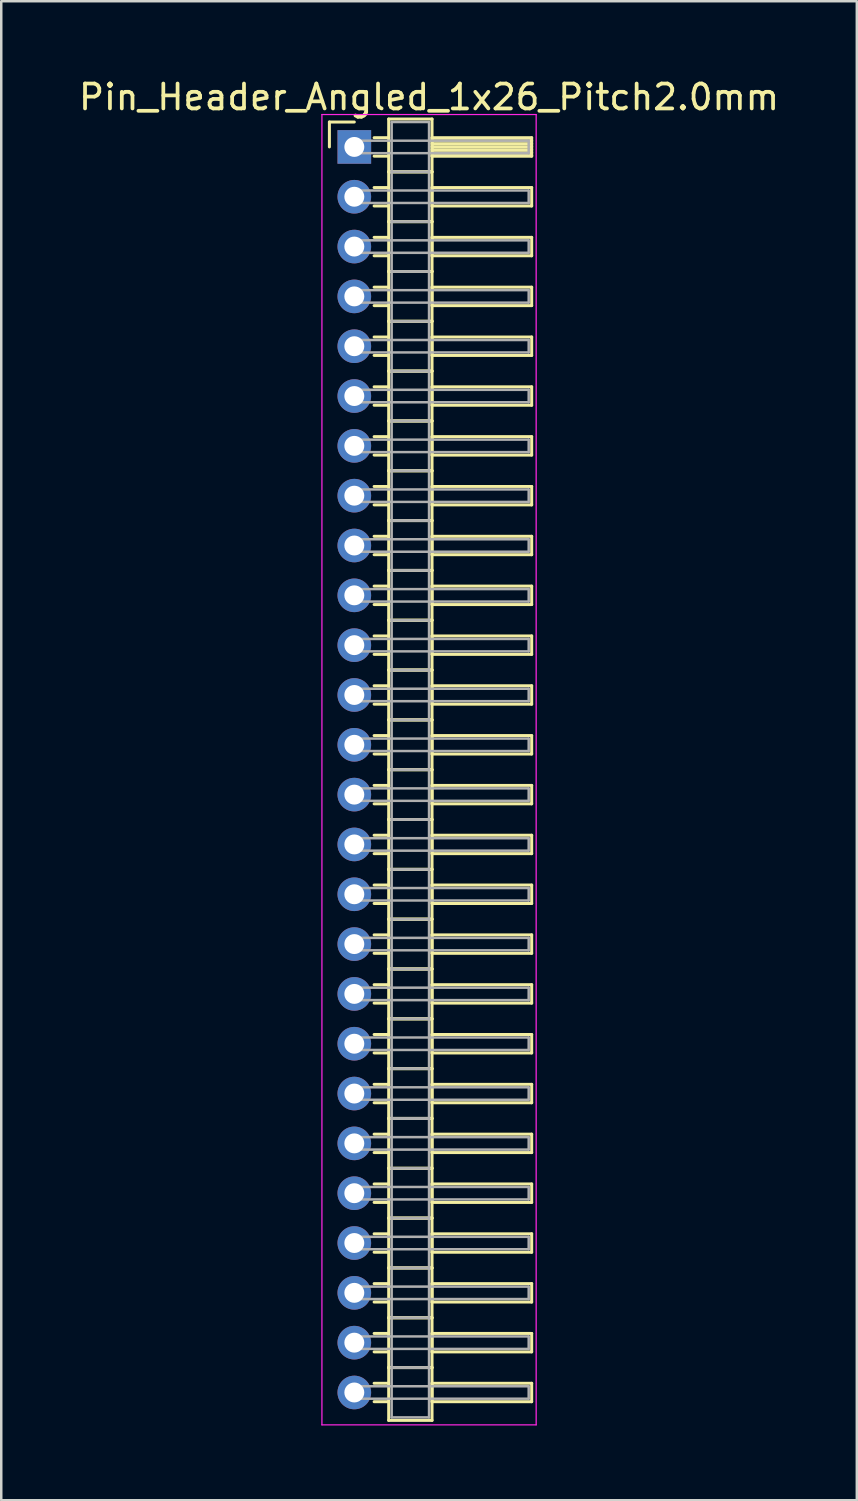
<source format=kicad_pcb>
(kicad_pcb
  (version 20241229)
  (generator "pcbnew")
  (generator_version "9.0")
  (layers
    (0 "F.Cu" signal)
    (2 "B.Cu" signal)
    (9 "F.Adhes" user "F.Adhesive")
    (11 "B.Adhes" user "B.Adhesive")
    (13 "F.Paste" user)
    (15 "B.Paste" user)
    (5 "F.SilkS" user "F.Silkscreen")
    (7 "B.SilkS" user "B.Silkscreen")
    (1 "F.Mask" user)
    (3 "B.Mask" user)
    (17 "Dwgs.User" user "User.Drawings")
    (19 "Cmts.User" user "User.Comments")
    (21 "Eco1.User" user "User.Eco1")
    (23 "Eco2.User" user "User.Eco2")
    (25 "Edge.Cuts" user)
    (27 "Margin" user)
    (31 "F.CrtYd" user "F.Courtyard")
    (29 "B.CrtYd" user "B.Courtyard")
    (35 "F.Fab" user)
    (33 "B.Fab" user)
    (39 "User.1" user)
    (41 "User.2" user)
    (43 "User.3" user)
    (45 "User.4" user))
  (footprint "Pin_Header_Angled_1x26_Pitch2.0mm"
    (layer "F.Cu")
    (at 11.173 2.848)
    (property "Reference" "Pin_Header_Angled_1x26_Pitch2.0mm" (at 3 -2 0) (layer "F.SilkS") (effects (font (size 1 1) (thickness 0.15))))
    (attr through_hole)
    (fp_line (start -1 -1) (end 0 -1) (stroke (width 0.12) (type solid)) (layer "F.SilkS"))
    (fp_line (start -1 0) (end -1 -1) (stroke (width 0.12) (type solid)) (layer "F.SilkS"))
    (fp_line (start 0.795 -0.37) (end 1.38 -0.37) (stroke (width 0.12) (type solid)) (layer "F.SilkS"))
    (fp_line (start 0.795 0.37) (end 1.38 0.37) (stroke (width 0.12) (type solid)) (layer "F.SilkS"))
    (fp_line (start 0.795 1.63) (end 1.38 1.63) (stroke (width 0.12) (type solid)) (layer "F.SilkS"))
    (fp_line (start 0.795 2.37) (end 1.38 2.37) (stroke (width 0.12) (type solid)) (layer "F.SilkS"))
    (fp_line (start 0.795 3.63) (end 1.38 3.63) (stroke (width 0.12) (type solid)) (layer "F.SilkS"))
    (fp_line (start 0.795 4.37) (end 1.38 4.37) (stroke (width 0.12) (type solid)) (layer "F.SilkS"))
    (fp_line (start 0.795 5.63) (end 1.38 5.63) (stroke (width 0.12) (type solid)) (layer "F.SilkS"))
    (fp_line (start 0.795 6.37) (end 1.38 6.37) (stroke (width 0.12) (type solid)) (layer "F.SilkS"))
    (fp_line (start 0.795 7.63) (end 1.38 7.63) (stroke (width 0.12) (type solid)) (layer "F.SilkS"))
    (fp_line (start 0.795 8.37) (end 1.38 8.37) (stroke (width 0.12) (type solid)) (layer "F.SilkS"))
    (fp_line (start 0.795 9.63) (end 1.38 9.63) (stroke (width 0.12) (type solid)) (layer "F.SilkS"))
    (fp_line (start 0.795 10.37) (end 1.38 10.37) (stroke (width 0.12) (type solid)) (layer "F.SilkS"))
    (fp_line (start 0.795 11.63) (end 1.38 11.63) (stroke (width 0.12) (type solid)) (layer "F.SilkS"))
    (fp_line (start 0.795 12.37) (end 1.38 12.37) (stroke (width 0.12) (type solid)) (layer "F.SilkS"))
    (fp_line (start 0.795 13.63) (end 1.38 13.63) (stroke (width 0.12) (type solid)) (layer "F.SilkS"))
    (fp_line (start 0.795 14.37) (end 1.38 14.37) (stroke (width 0.12) (type solid)) (layer "F.SilkS"))
    (fp_line (start 0.795 15.63) (end 1.38 15.63) (stroke (width 0.12) (type solid)) (layer "F.SilkS"))
    (fp_line (start 0.795 16.37) (end 1.38 16.37) (stroke (width 0.12) (type solid)) (layer "F.SilkS"))
    (fp_line (start 0.795 17.63) (end 1.38 17.63) (stroke (width 0.12) (type solid)) (layer "F.SilkS"))
    (fp_line (start 0.795 18.37) (end 1.38 18.37) (stroke (width 0.12) (type solid)) (layer "F.SilkS"))
    (fp_line (start 0.795 19.63) (end 1.38 19.63) (stroke (width 0.12) (type solid)) (layer "F.SilkS"))
    (fp_line (start 0.795 20.37) (end 1.38 20.37) (stroke (width 0.12) (type solid)) (layer "F.SilkS"))
    (fp_line (start 0.795 21.63) (end 1.38 21.63) (stroke (width 0.12) (type solid)) (layer "F.SilkS"))
    (fp_line (start 0.795 22.37) (end 1.38 22.37) (stroke (width 0.12) (type solid)) (layer "F.SilkS"))
    (fp_line (start 0.795 23.63) (end 1.38 23.63) (stroke (width 0.12) (type solid)) (layer "F.SilkS"))
    (fp_line (start 0.795 24.37) (end 1.38 24.37) (stroke (width 0.12) (type solid)) (layer "F.SilkS"))
    (fp_line (start 0.795 25.63) (end 1.38 25.63) (stroke (width 0.12) (type solid)) (layer "F.SilkS"))
    (fp_line (start 0.795 26.37) (end 1.38 26.37) (stroke (width 0.12) (type solid)) (layer "F.SilkS"))
    (fp_line (start 0.795 27.63) (end 1.38 27.63) (stroke (width 0.12) (type solid)) (layer "F.SilkS"))
    (fp_line (start 0.795 28.37) (end 1.38 28.37) (stroke (width 0.12) (type solid)) (layer "F.SilkS"))
    (fp_line (start 0.795 29.63) (end 1.38 29.63) (stroke (width 0.12) (type solid)) (layer "F.SilkS"))
    (fp_line (start 0.795 30.37) (end 1.38 30.37) (stroke (width 0.12) (type solid)) (layer "F.SilkS"))
    (fp_line (start 0.795 31.63) (end 1.38 31.63) (stroke (width 0.12) (type solid)) (layer "F.SilkS"))
    (fp_line (start 0.795 32.37) (end 1.38 32.37) (stroke (width 0.12) (type solid)) (layer "F.SilkS"))
    (fp_line (start 0.795 33.63) (end 1.38 33.63) (stroke (width 0.12) (type solid)) (layer "F.SilkS"))
    (fp_line (start 0.795 34.37) (end 1.38 34.37) (stroke (width 0.12) (type solid)) (layer "F.SilkS"))
    (fp_line (start 0.795 35.63) (end 1.38 35.63) (stroke (width 0.12) (type solid)) (layer "F.SilkS"))
    (fp_line (start 0.795 36.37) (end 1.38 36.37) (stroke (width 0.12) (type solid)) (layer "F.SilkS"))
    (fp_line (start 0.795 37.63) (end 1.38 37.63) (stroke (width 0.12) (type solid)) (layer "F.SilkS"))
    (fp_line (start 0.795 38.37) (end 1.38 38.37) (stroke (width 0.12) (type solid)) (layer "F.SilkS"))
    (fp_line (start 0.795 39.63) (end 1.38 39.63) (stroke (width 0.12) (type solid)) (layer "F.SilkS"))
    (fp_line (start 0.795 40.37) (end 1.38 40.37) (stroke (width 0.12) (type solid)) (layer "F.SilkS"))
    (fp_line (start 0.795 41.63) (end 1.38 41.63) (stroke (width 0.12) (type solid)) (layer "F.SilkS"))
    (fp_line (start 0.795 42.37) (end 1.38 42.37) (stroke (width 0.12) (type solid)) (layer "F.SilkS"))
    (fp_line (start 0.795 43.63) (end 1.38 43.63) (stroke (width 0.12) (type solid)) (layer "F.SilkS"))
    (fp_line (start 0.795 44.37) (end 1.38 44.37) (stroke (width 0.12) (type solid)) (layer "F.SilkS"))
    (fp_line (start 0.795 45.63) (end 1.38 45.63) (stroke (width 0.12) (type solid)) (layer "F.SilkS"))
    (fp_line (start 0.795 46.37) (end 1.38 46.37) (stroke (width 0.12) (type solid)) (layer "F.SilkS"))
    (fp_line (start 0.795 47.63) (end 1.38 47.63) (stroke (width 0.12) (type solid)) (layer "F.SilkS"))
    (fp_line (start 0.795 48.37) (end 1.38 48.37) (stroke (width 0.12) (type solid)) (layer "F.SilkS"))
    (fp_line (start 0.795 49.63) (end 1.38 49.63) (stroke (width 0.12) (type solid)) (layer "F.SilkS"))
    (fp_line (start 0.795 50.37) (end 1.38 50.37) (stroke (width 0.12) (type solid)) (layer "F.SilkS"))
    (fp_line (start 1.38 -1.12) (end 1.38 1) (stroke (width 0.12) (type solid)) (layer "F.SilkS"))
    (fp_line (start 1.38 1) (end 1.38 3) (stroke (width 0.12) (type solid)) (layer "F.SilkS"))
    (fp_line (start 1.38 1) (end 3.12 1) (stroke (width 0.12) (type solid)) (layer "F.SilkS"))
    (fp_line (start 1.38 3) (end 1.38 5) (stroke (width 0.12) (type solid)) (layer "F.SilkS"))
    (fp_line (start 1.38 3) (end 3.12 3) (stroke (width 0.12) (type solid)) (layer "F.SilkS"))
    (fp_line (start 1.38 5) (end 1.38 7) (stroke (width 0.12) (type solid)) (layer "F.SilkS"))
    (fp_line (start 1.38 5) (end 3.12 5) (stroke (width 0.12) (type solid)) (layer "F.SilkS"))
    (fp_line (start 1.38 7) (end 1.38 9) (stroke (width 0.12) (type solid)) (layer "F.SilkS"))
    (fp_line (start 1.38 7) (end 3.12 7) (stroke (width 0.12) (type solid)) (layer "F.SilkS"))
    (fp_line (start 1.38 9) (end 1.38 11) (stroke (width 0.12) (type solid)) (layer "F.SilkS"))
    (fp_line (start 1.38 9) (end 3.12 9) (stroke (width 0.12) (type solid)) (layer "F.SilkS"))
    (fp_line (start 1.38 11) (end 1.38 13) (stroke (width 0.12) (type solid)) (layer "F.SilkS"))
    (fp_line (start 1.38 11) (end 3.12 11) (stroke (width 0.12) (type solid)) (layer "F.SilkS"))
    (fp_line (start 1.38 13) (end 1.38 15) (stroke (width 0.12) (type solid)) (layer "F.SilkS"))
    (fp_line (start 1.38 13) (end 3.12 13) (stroke (width 0.12) (type solid)) (layer "F.SilkS"))
    (fp_line (start 1.38 15) (end 1.38 17) (stroke (width 0.12) (type solid)) (layer "F.SilkS"))
    (fp_line (start 1.38 15) (end 3.12 15) (stroke (width 0.12) (type solid)) (layer "F.SilkS"))
    (fp_line (start 1.38 17) (end 1.38 19) (stroke (width 0.12) (type solid)) (layer "F.SilkS"))
    (fp_line (start 1.38 17) (end 3.12 17) (stroke (width 0.12) (type solid)) (layer "F.SilkS"))
    (fp_line (start 1.38 19) (end 1.38 21) (stroke (width 0.12) (type solid)) (layer "F.SilkS"))
    (fp_line (start 1.38 19) (end 3.12 19) (stroke (width 0.12) (type solid)) (layer "F.SilkS"))
    (fp_line (start 1.38 21) (end 1.38 23) (stroke (width 0.12) (type solid)) (layer "F.SilkS"))
    (fp_line (start 1.38 21) (end 3.12 21) (stroke (width 0.12) (type solid)) (layer "F.SilkS"))
    (fp_line (start 1.38 23) (end 1.38 25) (stroke (width 0.12) (type solid)) (layer "F.SilkS"))
    (fp_line (start 1.38 23) (end 3.12 23) (stroke (width 0.12) (type solid)) (layer "F.SilkS"))
    (fp_line (start 1.38 25) (end 1.38 27) (stroke (width 0.12) (type solid)) (layer "F.SilkS"))
    (fp_line (start 1.38 25) (end 3.12 25) (stroke (width 0.12) (type solid)) (layer "F.SilkS"))
    (fp_line (start 1.38 27) (end 1.38 29) (stroke (width 0.12) (type solid)) (layer "F.SilkS"))
    (fp_line (start 1.38 27) (end 3.12 27) (stroke (width 0.12) (type solid)) (layer "F.SilkS"))
    (fp_line (start 1.38 29) (end 1.38 31) (stroke (width 0.12) (type solid)) (layer "F.SilkS"))
    (fp_line (start 1.38 29) (end 3.12 29) (stroke (width 0.12) (type solid)) (layer "F.SilkS"))
    (fp_line (start 1.38 31) (end 1.38 33) (stroke (width 0.12) (type solid)) (layer "F.SilkS"))
    (fp_line (start 1.38 31) (end 3.12 31) (stroke (width 0.12) (type solid)) (layer "F.SilkS"))
    (fp_line (start 1.38 33) (end 1.38 35) (stroke (width 0.12) (type solid)) (layer "F.SilkS"))
    (fp_line (start 1.38 33) (end 3.12 33) (stroke (width 0.12) (type solid)) (layer "F.SilkS"))
    (fp_line (start 1.38 35) (end 1.38 37) (stroke (width 0.12) (type solid)) (layer "F.SilkS"))
    (fp_line (start 1.38 35) (end 3.12 35) (stroke (width 0.12) (type solid)) (layer "F.SilkS"))
    (fp_line (start 1.38 37) (end 1.38 39) (stroke (width 0.12) (type solid)) (layer "F.SilkS"))
    (fp_line (start 1.38 37) (end 3.12 37) (stroke (width 0.12) (type solid)) (layer "F.SilkS"))
    (fp_line (start 1.38 39) (end 1.38 41) (stroke (width 0.12) (type solid)) (layer "F.SilkS"))
    (fp_line (start 1.38 39) (end 3.12 39) (stroke (width 0.12) (type solid)) (layer "F.SilkS"))
    (fp_line (start 1.38 41) (end 1.38 43) (stroke (width 0.12) (type solid)) (layer "F.SilkS"))
    (fp_line (start 1.38 41) (end 3.12 41) (stroke (width 0.12) (type solid)) (layer "F.SilkS"))
    (fp_line (start 1.38 43) (end 1.38 45) (stroke (width 0.12) (type solid)) (layer "F.SilkS"))
    (fp_line (start 1.38 43) (end 3.12 43) (stroke (width 0.12) (type solid)) (layer "F.SilkS"))
    (fp_line (start 1.38 45) (end 1.38 47) (stroke (width 0.12) (type solid)) (layer "F.SilkS"))
    (fp_line (start 1.38 45) (end 3.12 45) (stroke (width 0.12) (type solid)) (layer "F.SilkS"))
    (fp_line (start 1.38 47) (end 1.38 49) (stroke (width 0.12) (type solid)) (layer "F.SilkS"))
    (fp_line (start 1.38 47) (end 3.12 47) (stroke (width 0.12) (type solid)) (layer "F.SilkS"))
    (fp_line (start 1.38 49) (end 1.38 51.12) (stroke (width 0.12) (type solid)) (layer "F.SilkS"))
    (fp_line (start 1.38 49) (end 3.12 49) (stroke (width 0.12) (type solid)) (layer "F.SilkS"))
    (fp_line (start 1.38 51.12) (end 3.12 51.12) (stroke (width 0.12) (type solid)) (layer "F.SilkS"))
    (fp_line (start 3.12 -1.12) (end 1.38 -1.12) (stroke (width 0.12) (type solid)) (layer "F.SilkS"))
    (fp_line (start 3.12 -0.37) (end 3.12 0.37) (stroke (width 0.12) (type solid)) (layer "F.SilkS"))
    (fp_line (start 3.12 -0.25) (end 7.12 -0.25) (stroke (width 0.12) (type solid)) (layer "F.SilkS"))
    (fp_line (start 3.12 -0.13) (end 7.12 -0.13) (stroke (width 0.12) (type solid)) (layer "F.SilkS"))
    (fp_line (start 3.12 -0.01) (end 7.12 -0.01) (stroke (width 0.12) (type solid)) (layer "F.SilkS"))
    (fp_line (start 3.12 0.11) (end 7.12 0.11) (stroke (width 0.12) (type solid)) (layer "F.SilkS"))
    (fp_line (start 3.12 0.23) (end 7.12 0.23) (stroke (width 0.12) (type solid)) (layer "F.SilkS"))
    (fp_line (start 3.12 0.35) (end 7.12 0.35) (stroke (width 0.12) (type solid)) (layer "F.SilkS"))
    (fp_line (start 3.12 0.37) (end 7.12 0.37) (stroke (width 0.12) (type solid)) (layer "F.SilkS"))
    (fp_line (start 3.12 1) (end 1.38 1) (stroke (width 0.12) (type solid)) (layer "F.SilkS"))
    (fp_line (start 3.12 1) (end 3.12 -1.12) (stroke (width 0.12) (type solid)) (layer "F.SilkS"))
    (fp_line (start 3.12 1.63) (end 3.12 2.37) (stroke (width 0.12) (type solid)) (layer "F.SilkS"))
    (fp_line (start 3.12 2.37) (end 7.12 2.37) (stroke (width 0.12) (type solid)) (layer "F.SilkS"))
    (fp_line (start 3.12 3) (end 1.38 3) (stroke (width 0.12) (type solid)) (layer "F.SilkS"))
    (fp_line (start 3.12 3) (end 3.12 1) (stroke (width 0.12) (type solid)) (layer "F.SilkS"))
    (fp_line (start 3.12 3.63) (end 3.12 4.37) (stroke (width 0.12) (type solid)) (layer "F.SilkS"))
    (fp_line (start 3.12 4.37) (end 7.12 4.37) (stroke (width 0.12) (type solid)) (layer "F.SilkS"))
    (fp_line (start 3.12 5) (end 1.38 5) (stroke (width 0.12) (type solid)) (layer "F.SilkS"))
    (fp_line (start 3.12 5) (end 3.12 3) (stroke (width 0.12) (type solid)) (layer "F.SilkS"))
    (fp_line (start 3.12 5.63) (end 3.12 6.37) (stroke (width 0.12) (type solid)) (layer "F.SilkS"))
    (fp_line (start 3.12 6.37) (end 7.12 6.37) (stroke (width 0.12) (type solid)) (layer "F.SilkS"))
    (fp_line (start 3.12 7) (end 1.38 7) (stroke (width 0.12) (type solid)) (layer "F.SilkS"))
    (fp_line (start 3.12 7) (end 3.12 5) (stroke (width 0.12) (type solid)) (layer "F.SilkS"))
    (fp_line (start 3.12 7.63) (end 3.12 8.37) (stroke (width 0.12) (type solid)) (layer "F.SilkS"))
    (fp_line (start 3.12 8.37) (end 7.12 8.37) (stroke (width 0.12) (type solid)) (layer "F.SilkS"))
    (fp_line (start 3.12 9) (end 1.38 9) (stroke (width 0.12) (type solid)) (layer "F.SilkS"))
    (fp_line (start 3.12 9) (end 3.12 7) (stroke (width 0.12) (type solid)) (layer "F.SilkS"))
    (fp_line (start 3.12 9.63) (end 3.12 10.37) (stroke (width 0.12) (type solid)) (layer "F.SilkS"))
    (fp_line (start 3.12 10.37) (end 7.12 10.37) (stroke (width 0.12) (type solid)) (layer "F.SilkS"))
    (fp_line (start 3.12 11) (end 1.38 11) (stroke (width 0.12) (type solid)) (layer "F.SilkS"))
    (fp_line (start 3.12 11) (end 3.12 9) (stroke (width 0.12) (type solid)) (layer "F.SilkS"))
    (fp_line (start 3.12 11.63) (end 3.12 12.37) (stroke (width 0.12) (type solid)) (layer "F.SilkS"))
    (fp_line (start 3.12 12.37) (end 7.12 12.37) (stroke (width 0.12) (type solid)) (layer "F.SilkS"))
    (fp_line (start 3.12 13) (end 1.38 13) (stroke (width 0.12) (type solid)) (layer "F.SilkS"))
    (fp_line (start 3.12 13) (end 3.12 11) (stroke (width 0.12) (type solid)) (layer "F.SilkS"))
    (fp_line (start 3.12 13.63) (end 3.12 14.37) (stroke (width 0.12) (type solid)) (layer "F.SilkS"))
    (fp_line (start 3.12 14.37) (end 7.12 14.37) (stroke (width 0.12) (type solid)) (layer "F.SilkS"))
    (fp_line (start 3.12 15) (end 1.38 15) (stroke (width 0.12) (type solid)) (layer "F.SilkS"))
    (fp_line (start 3.12 15) (end 3.12 13) (stroke (width 0.12) (type solid)) (layer "F.SilkS"))
    (fp_line (start 3.12 15.63) (end 3.12 16.37) (stroke (width 0.12) (type solid)) (layer "F.SilkS"))
    (fp_line (start 3.12 16.37) (end 7.12 16.37) (stroke (width 0.12) (type solid)) (layer "F.SilkS"))
    (fp_line (start 3.12 17) (end 1.38 17) (stroke (width 0.12) (type solid)) (layer "F.SilkS"))
    (fp_line (start 3.12 17) (end 3.12 15) (stroke (width 0.12) (type solid)) (layer "F.SilkS"))
    (fp_line (start 3.12 17.63) (end 3.12 18.37) (stroke (width 0.12) (type solid)) (layer "F.SilkS"))
    (fp_line (start 3.12 18.37) (end 7.12 18.37) (stroke (width 0.12) (type solid)) (layer "F.SilkS"))
    (fp_line (start 3.12 19) (end 1.38 19) (stroke (width 0.12) (type solid)) (layer "F.SilkS"))
    (fp_line (start 3.12 19) (end 3.12 17) (stroke (width 0.12) (type solid)) (layer "F.SilkS"))
    (fp_line (start 3.12 19.63) (end 3.12 20.37) (stroke (width 0.12) (type solid)) (layer "F.SilkS"))
    (fp_line (start 3.12 20.37) (end 7.12 20.37) (stroke (width 0.12) (type solid)) (layer "F.SilkS"))
    (fp_line (start 3.12 21) (end 1.38 21) (stroke (width 0.12) (type solid)) (layer "F.SilkS"))
    (fp_line (start 3.12 21) (end 3.12 19) (stroke (width 0.12) (type solid)) (layer "F.SilkS"))
    (fp_line (start 3.12 21.63) (end 3.12 22.37) (stroke (width 0.12) (type solid)) (layer "F.SilkS"))
    (fp_line (start 3.12 22.37) (end 7.12 22.37) (stroke (width 0.12) (type solid)) (layer "F.SilkS"))
    (fp_line (start 3.12 23) (end 1.38 23) (stroke (width 0.12) (type solid)) (layer "F.SilkS"))
    (fp_line (start 3.12 23) (end 3.12 21) (stroke (width 0.12) (type solid)) (layer "F.SilkS"))
    (fp_line (start 3.12 23.63) (end 3.12 24.37) (stroke (width 0.12) (type solid)) (layer "F.SilkS"))
    (fp_line (start 3.12 24.37) (end 7.12 24.37) (stroke (width 0.12) (type solid)) (layer "F.SilkS"))
    (fp_line (start 3.12 25) (end 1.38 25) (stroke (width 0.12) (type solid)) (layer "F.SilkS"))
    (fp_line (start 3.12 25) (end 3.12 23) (stroke (width 0.12) (type solid)) (layer "F.SilkS"))
    (fp_line (start 3.12 25.63) (end 3.12 26.37) (stroke (width 0.12) (type solid)) (layer "F.SilkS"))
    (fp_line (start 3.12 26.37) (end 7.12 26.37) (stroke (width 0.12) (type solid)) (layer "F.SilkS"))
    (fp_line (start 3.12 27) (end 1.38 27) (stroke (width 0.12) (type solid)) (layer "F.SilkS"))
    (fp_line (start 3.12 27) (end 3.12 25) (stroke (width 0.12) (type solid)) (layer "F.SilkS"))
    (fp_line (start 3.12 27.63) (end 3.12 28.37) (stroke (width 0.12) (type solid)) (layer "F.SilkS"))
    (fp_line (start 3.12 28.37) (end 7.12 28.37) (stroke (width 0.12) (type solid)) (layer "F.SilkS"))
    (fp_line (start 3.12 29) (end 1.38 29) (stroke (width 0.12) (type solid)) (layer "F.SilkS"))
    (fp_line (start 3.12 29) (end 3.12 27) (stroke (width 0.12) (type solid)) (layer "F.SilkS"))
    (fp_line (start 3.12 29.63) (end 3.12 30.37) (stroke (width 0.12) (type solid)) (layer "F.SilkS"))
    (fp_line (start 3.12 30.37) (end 7.12 30.37) (stroke (width 0.12) (type solid)) (layer "F.SilkS"))
    (fp_line (start 3.12 31) (end 1.38 31) (stroke (width 0.12) (type solid)) (layer "F.SilkS"))
    (fp_line (start 3.12 31) (end 3.12 29) (stroke (width 0.12) (type solid)) (layer "F.SilkS"))
    (fp_line (start 3.12 31.63) (end 3.12 32.37) (stroke (width 0.12) (type solid)) (layer "F.SilkS"))
    (fp_line (start 3.12 32.37) (end 7.12 32.37) (stroke (width 0.12) (type solid)) (layer "F.SilkS"))
    (fp_line (start 3.12 33) (end 1.38 33) (stroke (width 0.12) (type solid)) (layer "F.SilkS"))
    (fp_line (start 3.12 33) (end 3.12 31) (stroke (width 0.12) (type solid)) (layer "F.SilkS"))
    (fp_line (start 3.12 33.63) (end 3.12 34.37) (stroke (width 0.12) (type solid)) (layer "F.SilkS"))
    (fp_line (start 3.12 34.37) (end 7.12 34.37) (stroke (width 0.12) (type solid)) (layer "F.SilkS"))
    (fp_line (start 3.12 35) (end 1.38 35) (stroke (width 0.12) (type solid)) (layer "F.SilkS"))
    (fp_line (start 3.12 35) (end 3.12 33) (stroke (width 0.12) (type solid)) (layer "F.SilkS"))
    (fp_line (start 3.12 35.63) (end 3.12 36.37) (stroke (width 0.12) (type solid)) (layer "F.SilkS"))
    (fp_line (start 3.12 36.37) (end 7.12 36.37) (stroke (width 0.12) (type solid)) (layer "F.SilkS"))
    (fp_line (start 3.12 37) (end 1.38 37) (stroke (width 0.12) (type solid)) (layer "F.SilkS"))
    (fp_line (start 3.12 37) (end 3.12 35) (stroke (width 0.12) (type solid)) (layer "F.SilkS"))
    (fp_line (start 3.12 37.63) (end 3.12 38.37) (stroke (width 0.12) (type solid)) (layer "F.SilkS"))
    (fp_line (start 3.12 38.37) (end 7.12 38.37) (stroke (width 0.12) (type solid)) (layer "F.SilkS"))
    (fp_line (start 3.12 39) (end 1.38 39) (stroke (width 0.12) (type solid)) (layer "F.SilkS"))
    (fp_line (start 3.12 39) (end 3.12 37) (stroke (width 0.12) (type solid)) (layer "F.SilkS"))
    (fp_line (start 3.12 39.63) (end 3.12 40.37) (stroke (width 0.12) (type solid)) (layer "F.SilkS"))
    (fp_line (start 3.12 40.37) (end 7.12 40.37) (stroke (width 0.12) (type solid)) (layer "F.SilkS"))
    (fp_line (start 3.12 41) (end 1.38 41) (stroke (width 0.12) (type solid)) (layer "F.SilkS"))
    (fp_line (start 3.12 41) (end 3.12 39) (stroke (width 0.12) (type solid)) (layer "F.SilkS"))
    (fp_line (start 3.12 41.63) (end 3.12 42.37) (stroke (width 0.12) (type solid)) (layer "F.SilkS"))
    (fp_line (start 3.12 42.37) (end 7.12 42.37) (stroke (width 0.12) (type solid)) (layer "F.SilkS"))
    (fp_line (start 3.12 43) (end 1.38 43) (stroke (width 0.12) (type solid)) (layer "F.SilkS"))
    (fp_line (start 3.12 43) (end 3.12 41) (stroke (width 0.12) (type solid)) (layer "F.SilkS"))
    (fp_line (start 3.12 43.63) (end 3.12 44.37) (stroke (width 0.12) (type solid)) (layer "F.SilkS"))
    (fp_line (start 3.12 44.37) (end 7.12 44.37) (stroke (width 0.12) (type solid)) (layer "F.SilkS"))
    (fp_line (start 3.12 45) (end 1.38 45) (stroke (width 0.12) (type solid)) (layer "F.SilkS"))
    (fp_line (start 3.12 45) (end 3.12 43) (stroke (width 0.12) (type solid)) (layer "F.SilkS"))
    (fp_line (start 3.12 45.63) (end 3.12 46.37) (stroke (width 0.12) (type solid)) (layer "F.SilkS"))
    (fp_line (start 3.12 46.37) (end 7.12 46.37) (stroke (width 0.12) (type solid)) (layer "F.SilkS"))
    (fp_line (start 3.12 47) (end 1.38 47) (stroke (width 0.12) (type solid)) (layer "F.SilkS"))
    (fp_line (start 3.12 47) (end 3.12 45) (stroke (width 0.12) (type solid)) (layer "F.SilkS"))
    (fp_line (start 3.12 47.63) (end 3.12 48.37) (stroke (width 0.12) (type solid)) (layer "F.SilkS"))
    (fp_line (start 3.12 48.37) (end 7.12 48.37) (stroke (width 0.12) (type solid)) (layer "F.SilkS"))
    (fp_line (start 3.12 49) (end 1.38 49) (stroke (width 0.12) (type solid)) (layer "F.SilkS"))
    (fp_line (start 3.12 49) (end 3.12 47) (stroke (width 0.12) (type solid)) (layer "F.SilkS"))
    (fp_line (start 3.12 49.63) (end 3.12 50.37) (stroke (width 0.12) (type solid)) (layer "F.SilkS"))
    (fp_line (start 3.12 50.37) (end 7.12 50.37) (stroke (width 0.12) (type solid)) (layer "F.SilkS"))
    (fp_line (start 3.12 51.12) (end 3.12 49) (stroke (width 0.12) (type solid)) (layer "F.SilkS"))
    (fp_line (start 7.12 -0.37) (end 3.12 -0.37) (stroke (width 0.12) (type solid)) (layer "F.SilkS"))
    (fp_line (start 7.12 0.37) (end 7.12 -0.37) (stroke (width 0.12) (type solid)) (layer "F.SilkS"))
    (fp_line (start 7.12 1.63) (end 3.12 1.63) (stroke (width 0.12) (type solid)) (layer "F.SilkS"))
    (fp_line (start 7.12 2.37) (end 7.12 1.63) (stroke (width 0.12) (type solid)) (layer "F.SilkS"))
    (fp_line (start 7.12 3.63) (end 3.12 3.63) (stroke (width 0.12) (type solid)) (layer "F.SilkS"))
    (fp_line (start 7.12 4.37) (end 7.12 3.63) (stroke (width 0.12) (type solid)) (layer "F.SilkS"))
    (fp_line (start 7.12 5.63) (end 3.12 5.63) (stroke (width 0.12) (type solid)) (layer "F.SilkS"))
    (fp_line (start 7.12 6.37) (end 7.12 5.63) (stroke (width 0.12) (type solid)) (layer "F.SilkS"))
    (fp_line (start 7.12 7.63) (end 3.12 7.63) (stroke (width 0.12) (type solid)) (layer "F.SilkS"))
    (fp_line (start 7.12 8.37) (end 7.12 7.63) (stroke (width 0.12) (type solid)) (layer "F.SilkS"))
    (fp_line (start 7.12 9.63) (end 3.12 9.63) (stroke (width 0.12) (type solid)) (layer "F.SilkS"))
    (fp_line (start 7.12 10.37) (end 7.12 9.63) (stroke (width 0.12) (type solid)) (layer "F.SilkS"))
    (fp_line (start 7.12 11.63) (end 3.12 11.63) (stroke (width 0.12) (type solid)) (layer "F.SilkS"))
    (fp_line (start 7.12 12.37) (end 7.12 11.63) (stroke (width 0.12) (type solid)) (layer "F.SilkS"))
    (fp_line (start 7.12 13.63) (end 3.12 13.63) (stroke (width 0.12) (type solid)) (layer "F.SilkS"))
    (fp_line (start 7.12 14.37) (end 7.12 13.63) (stroke (width 0.12) (type solid)) (layer "F.SilkS"))
    (fp_line (start 7.12 15.63) (end 3.12 15.63) (stroke (width 0.12) (type solid)) (layer "F.SilkS"))
    (fp_line (start 7.12 16.37) (end 7.12 15.63) (stroke (width 0.12) (type solid)) (layer "F.SilkS"))
    (fp_line (start 7.12 17.63) (end 3.12 17.63) (stroke (width 0.12) (type solid)) (layer "F.SilkS"))
    (fp_line (start 7.12 18.37) (end 7.12 17.63) (stroke (width 0.12) (type solid)) (layer "F.SilkS"))
    (fp_line (start 7.12 19.63) (end 3.12 19.63) (stroke (width 0.12) (type solid)) (layer "F.SilkS"))
    (fp_line (start 7.12 20.37) (end 7.12 19.63) (stroke (width 0.12) (type solid)) (layer "F.SilkS"))
    (fp_line (start 7.12 21.63) (end 3.12 21.63) (stroke (width 0.12) (type solid)) (layer "F.SilkS"))
    (fp_line (start 7.12 22.37) (end 7.12 21.63) (stroke (width 0.12) (type solid)) (layer "F.SilkS"))
    (fp_line (start 7.12 23.63) (end 3.12 23.63) (stroke (width 0.12) (type solid)) (layer "F.SilkS"))
    (fp_line (start 7.12 24.37) (end 7.12 23.63) (stroke (width 0.12) (type solid)) (layer "F.SilkS"))
    (fp_line (start 7.12 25.63) (end 3.12 25.63) (stroke (width 0.12) (type solid)) (layer "F.SilkS"))
    (fp_line (start 7.12 26.37) (end 7.12 25.63) (stroke (width 0.12) (type solid)) (layer "F.SilkS"))
    (fp_line (start 7.12 27.63) (end 3.12 27.63) (stroke (width 0.12) (type solid)) (layer "F.SilkS"))
    (fp_line (start 7.12 28.37) (end 7.12 27.63) (stroke (width 0.12) (type solid)) (layer "F.SilkS"))
    (fp_line (start 7.12 29.63) (end 3.12 29.63) (stroke (width 0.12) (type solid)) (layer "F.SilkS"))
    (fp_line (start 7.12 30.37) (end 7.12 29.63) (stroke (width 0.12) (type solid)) (layer "F.SilkS"))
    (fp_line (start 7.12 31.63) (end 3.12 31.63) (stroke (width 0.12) (type solid)) (layer "F.SilkS"))
    (fp_line (start 7.12 32.37) (end 7.12 31.63) (stroke (width 0.12) (type solid)) (layer "F.SilkS"))
    (fp_line (start 7.12 33.63) (end 3.12 33.63) (stroke (width 0.12) (type solid)) (layer "F.SilkS"))
    (fp_line (start 7.12 34.37) (end 7.12 33.63) (stroke (width 0.12) (type solid)) (layer "F.SilkS"))
    (fp_line (start 7.12 35.63) (end 3.12 35.63) (stroke (width 0.12) (type solid)) (layer "F.SilkS"))
    (fp_line (start 7.12 36.37) (end 7.12 35.63) (stroke (width 0.12) (type solid)) (layer "F.SilkS"))
    (fp_line (start 7.12 37.63) (end 3.12 37.63) (stroke (width 0.12) (type solid)) (layer "F.SilkS"))
    (fp_line (start 7.12 38.37) (end 7.12 37.63) (stroke (width 0.12) (type solid)) (layer "F.SilkS"))
    (fp_line (start 7.12 39.63) (end 3.12 39.63) (stroke (width 0.12) (type solid)) (layer "F.SilkS"))
    (fp_line (start 7.12 40.37) (end 7.12 39.63) (stroke (width 0.12) (type solid)) (layer "F.SilkS"))
    (fp_line (start 7.12 41.63) (end 3.12 41.63) (stroke (width 0.12) (type solid)) (layer "F.SilkS"))
    (fp_line (start 7.12 42.37) (end 7.12 41.63) (stroke (width 0.12) (type solid)) (layer "F.SilkS"))
    (fp_line (start 7.12 43.63) (end 3.12 43.63) (stroke (width 0.12) (type solid)) (layer "F.SilkS"))
    (fp_line (start 7.12 44.37) (end 7.12 43.63) (stroke (width 0.12) (type solid)) (layer "F.SilkS"))
    (fp_line (start 7.12 45.63) (end 3.12 45.63) (stroke (width 0.12) (type solid)) (layer "F.SilkS"))
    (fp_line (start 7.12 46.37) (end 7.12 45.63) (stroke (width 0.12) (type solid)) (layer "F.SilkS"))
    (fp_line (start 7.12 47.63) (end 3.12 47.63) (stroke (width 0.12) (type solid)) (layer "F.SilkS"))
    (fp_line (start 7.12 48.37) (end 7.12 47.63) (stroke (width 0.12) (type solid)) (layer "F.SilkS"))
    (fp_line (start 7.12 49.63) (end 3.12 49.63) (stroke (width 0.12) (type solid)) (layer "F.SilkS"))
    (fp_line (start 7.12 50.37) (end 7.12 49.63) (stroke (width 0.12) (type solid)) (layer "F.SilkS"))
    (fp_line (start -1.3 -1.3) (end -1.3 51.3) (stroke (width 0.05) (type solid)) (layer "F.CrtYd"))
    (fp_line (start -1.3 51.3) (end 7.3 51.3) (stroke (width 0.05) (type solid)) (layer "F.CrtYd"))
    (fp_line (start 7.3 -1.3) (end -1.3 -1.3) (stroke (width 0.05) (type solid)) (layer "F.CrtYd"))
    (fp_line (start 7.3 51.3) (end 7.3 -1.3) (stroke (width 0.05) (type solid)) (layer "F.CrtYd"))
    (fp_line (start 0 -0.25) (end 0 0.25) (stroke (width 0.1) (type solid)) (layer "F.Fab"))
    (fp_line (start 0 0.25) (end 7 0.25) (stroke (width 0.1) (type solid)) (layer "F.Fab"))
    (fp_line (start 0 1.75) (end 0 2.25) (stroke (width 0.1) (type solid)) (layer "F.Fab"))
    (fp_line (start 0 2.25) (end 7 2.25) (stroke (width 0.1) (type solid)) (layer "F.Fab"))
    (fp_line (start 0 3.75) (end 0 4.25) (stroke (width 0.1) (type solid)) (layer "F.Fab"))
    (fp_line (start 0 4.25) (end 7 4.25) (stroke (width 0.1) (type solid)) (layer "F.Fab"))
    (fp_line (start 0 5.75) (end 0 6.25) (stroke (width 0.1) (type solid)) (layer "F.Fab"))
    (fp_line (start 0 6.25) (end 7 6.25) (stroke (width 0.1) (type solid)) (layer "F.Fab"))
    (fp_line (start 0 7.75) (end 0 8.25) (stroke (width 0.1) (type solid)) (layer "F.Fab"))
    (fp_line (start 0 8.25) (end 7 8.25) (stroke (width 0.1) (type solid)) (layer "F.Fab"))
    (fp_line (start 0 9.75) (end 0 10.25) (stroke (width 0.1) (type solid)) (layer "F.Fab"))
    (fp_line (start 0 10.25) (end 7 10.25) (stroke (width 0.1) (type solid)) (layer "F.Fab"))
    (fp_line (start 0 11.75) (end 0 12.25) (stroke (width 0.1) (type solid)) (layer "F.Fab"))
    (fp_line (start 0 12.25) (end 7 12.25) (stroke (width 0.1) (type solid)) (layer "F.Fab"))
    (fp_line (start 0 13.75) (end 0 14.25) (stroke (width 0.1) (type solid)) (layer "F.Fab"))
    (fp_line (start 0 14.25) (end 7 14.25) (stroke (width 0.1) (type solid)) (layer "F.Fab"))
    (fp_line (start 0 15.75) (end 0 16.25) (stroke (width 0.1) (type solid)) (layer "F.Fab"))
    (fp_line (start 0 16.25) (end 7 16.25) (stroke (width 0.1) (type solid)) (layer "F.Fab"))
    (fp_line (start 0 17.75) (end 0 18.25) (stroke (width 0.1) (type solid)) (layer "F.Fab"))
    (fp_line (start 0 18.25) (end 7 18.25) (stroke (width 0.1) (type solid)) (layer "F.Fab"))
    (fp_line (start 0 19.75) (end 0 20.25) (stroke (width 0.1) (type solid)) (layer "F.Fab"))
    (fp_line (start 0 20.25) (end 7 20.25) (stroke (width 0.1) (type solid)) (layer "F.Fab"))
    (fp_line (start 0 21.75) (end 0 22.25) (stroke (width 0.1) (type solid)) (layer "F.Fab"))
    (fp_line (start 0 22.25) (end 7 22.25) (stroke (width 0.1) (type solid)) (layer "F.Fab"))
    (fp_line (start 0 23.75) (end 0 24.25) (stroke (width 0.1) (type solid)) (layer "F.Fab"))
    (fp_line (start 0 24.25) (end 7 24.25) (stroke (width 0.1) (type solid)) (layer "F.Fab"))
    (fp_line (start 0 25.75) (end 0 26.25) (stroke (width 0.1) (type solid)) (layer "F.Fab"))
    (fp_line (start 0 26.25) (end 7 26.25) (stroke (width 0.1) (type solid)) (layer "F.Fab"))
    (fp_line (start 0 27.75) (end 0 28.25) (stroke (width 0.1) (type solid)) (layer "F.Fab"))
    (fp_line (start 0 28.25) (end 7 28.25) (stroke (width 0.1) (type solid)) (layer "F.Fab"))
    (fp_line (start 0 29.75) (end 0 30.25) (stroke (width 0.1) (type solid)) (layer "F.Fab"))
    (fp_line (start 0 30.25) (end 7 30.25) (stroke (width 0.1) (type solid)) (layer "F.Fab"))
    (fp_line (start 0 31.75) (end 0 32.25) (stroke (width 0.1) (type solid)) (layer "F.Fab"))
    (fp_line (start 0 32.25) (end 7 32.25) (stroke (width 0.1) (type solid)) (layer "F.Fab"))
    (fp_line (start 0 33.75) (end 0 34.25) (stroke (width 0.1) (type solid)) (layer "F.Fab"))
    (fp_line (start 0 34.25) (end 7 34.25) (stroke (width 0.1) (type solid)) (layer "F.Fab"))
    (fp_line (start 0 35.75) (end 0 36.25) (stroke (width 0.1) (type solid)) (layer "F.Fab"))
    (fp_line (start 0 36.25) (end 7 36.25) (stroke (width 0.1) (type solid)) (layer "F.Fab"))
    (fp_line (start 0 37.75) (end 0 38.25) (stroke (width 0.1) (type solid)) (layer "F.Fab"))
    (fp_line (start 0 38.25) (end 7 38.25) (stroke (width 0.1) (type solid)) (layer "F.Fab"))
    (fp_line (start 0 39.75) (end 0 40.25) (stroke (width 0.1) (type solid)) (layer "F.Fab"))
    (fp_line (start 0 40.25) (end 7 40.25) (stroke (width 0.1) (type solid)) (layer "F.Fab"))
    (fp_line (start 0 41.75) (end 0 42.25) (stroke (width 0.1) (type solid)) (layer "F.Fab"))
    (fp_line (start 0 42.25) (end 7 42.25) (stroke (width 0.1) (type solid)) (layer "F.Fab"))
    (fp_line (start 0 43.75) (end 0 44.25) (stroke (width 0.1) (type solid)) (layer "F.Fab"))
    (fp_line (start 0 44.25) (end 7 44.25) (stroke (width 0.1) (type solid)) (layer "F.Fab"))
    (fp_line (start 0 45.75) (end 0 46.25) (stroke (width 0.1) (type solid)) (layer "F.Fab"))
    (fp_line (start 0 46.25) (end 7 46.25) (stroke (width 0.1) (type solid)) (layer "F.Fab"))
    (fp_line (start 0 47.75) (end 0 48.25) (stroke (width 0.1) (type solid)) (layer "F.Fab"))
    (fp_line (start 0 48.25) (end 7 48.25) (stroke (width 0.1) (type solid)) (layer "F.Fab"))
    (fp_line (start 0 49.75) (end 0 50.25) (stroke (width 0.1) (type solid)) (layer "F.Fab"))
    (fp_line (start 0 50.25) (end 7 50.25) (stroke (width 0.1) (type solid)) (layer "F.Fab"))
    (fp_line (start 1.5 -1) (end 1.5 1) (stroke (width 0.1) (type solid)) (layer "F.Fab"))
    (fp_line (start 1.5 1) (end 1.5 3) (stroke (width 0.1) (type solid)) (layer "F.Fab"))
    (fp_line (start 1.5 1) (end 3 1) (stroke (width 0.1) (type solid)) (layer "F.Fab"))
    (fp_line (start 1.5 3) (end 1.5 5) (stroke (width 0.1) (type solid)) (layer "F.Fab"))
    (fp_line (start 1.5 3) (end 3 3) (stroke (width 0.1) (type solid)) (layer "F.Fab"))
    (fp_line (start 1.5 5) (end 1.5 7) (stroke (width 0.1) (type solid)) (layer "F.Fab"))
    (fp_line (start 1.5 5) (end 3 5) (stroke (width 0.1) (type solid)) (layer "F.Fab"))
    (fp_line (start 1.5 7) (end 1.5 9) (stroke (width 0.1) (type solid)) (layer "F.Fab"))
    (fp_line (start 1.5 7) (end 3 7) (stroke (width 0.1) (type solid)) (layer "F.Fab"))
    (fp_line (start 1.5 9) (end 1.5 11) (stroke (width 0.1) (type solid)) (layer "F.Fab"))
    (fp_line (start 1.5 9) (end 3 9) (stroke (width 0.1) (type solid)) (layer "F.Fab"))
    (fp_line (start 1.5 11) (end 1.5 13) (stroke (width 0.1) (type solid)) (layer "F.Fab"))
    (fp_line (start 1.5 11) (end 3 11) (stroke (width 0.1) (type solid)) (layer "F.Fab"))
    (fp_line (start 1.5 13) (end 1.5 15) (stroke (width 0.1) (type solid)) (layer "F.Fab"))
    (fp_line (start 1.5 13) (end 3 13) (stroke (width 0.1) (type solid)) (layer "F.Fab"))
    (fp_line (start 1.5 15) (end 1.5 17) (stroke (width 0.1) (type solid)) (layer "F.Fab"))
    (fp_line (start 1.5 15) (end 3 15) (stroke (width 0.1) (type solid)) (layer "F.Fab"))
    (fp_line (start 1.5 17) (end 1.5 19) (stroke (width 0.1) (type solid)) (layer "F.Fab"))
    (fp_line (start 1.5 17) (end 3 17) (stroke (width 0.1) (type solid)) (layer "F.Fab"))
    (fp_line (start 1.5 19) (end 1.5 21) (stroke (width 0.1) (type solid)) (layer "F.Fab"))
    (fp_line (start 1.5 19) (end 3 19) (stroke (width 0.1) (type solid)) (layer "F.Fab"))
    (fp_line (start 1.5 21) (end 1.5 23) (stroke (width 0.1) (type solid)) (layer "F.Fab"))
    (fp_line (start 1.5 21) (end 3 21) (stroke (width 0.1) (type solid)) (layer "F.Fab"))
    (fp_line (start 1.5 23) (end 1.5 25) (stroke (width 0.1) (type solid)) (layer "F.Fab"))
    (fp_line (start 1.5 23) (end 3 23) (stroke (width 0.1) (type solid)) (layer "F.Fab"))
    (fp_line (start 1.5 25) (end 1.5 27) (stroke (width 0.1) (type solid)) (layer "F.Fab"))
    (fp_line (start 1.5 25) (end 3 25) (stroke (width 0.1) (type solid)) (layer "F.Fab"))
    (fp_line (start 1.5 27) (end 1.5 29) (stroke (width 0.1) (type solid)) (layer "F.Fab"))
    (fp_line (start 1.5 27) (end 3 27) (stroke (width 0.1) (type solid)) (layer "F.Fab"))
    (fp_line (start 1.5 29) (end 1.5 31) (stroke (width 0.1) (type solid)) (layer "F.Fab"))
    (fp_line (start 1.5 29) (end 3 29) (stroke (width 0.1) (type solid)) (layer "F.Fab"))
    (fp_line (start 1.5 31) (end 1.5 33) (stroke (width 0.1) (type solid)) (layer "F.Fab"))
    (fp_line (start 1.5 31) (end 3 31) (stroke (width 0.1) (type solid)) (layer "F.Fab"))
    (fp_line (start 1.5 33) (end 1.5 35) (stroke (width 0.1) (type solid)) (layer "F.Fab"))
    (fp_line (start 1.5 33) (end 3 33) (stroke (width 0.1) (type solid)) (layer "F.Fab"))
    (fp_line (start 1.5 35) (end 1.5 37) (stroke (width 0.1) (type solid)) (layer "F.Fab"))
    (fp_line (start 1.5 35) (end 3 35) (stroke (width 0.1) (type solid)) (layer "F.Fab"))
    (fp_line (start 1.5 37) (end 1.5 39) (stroke (width 0.1) (type solid)) (layer "F.Fab"))
    (fp_line (start 1.5 37) (end 3 37) (stroke (width 0.1) (type solid)) (layer "F.Fab"))
    (fp_line (start 1.5 39) (end 1.5 41) (stroke (width 0.1) (type solid)) (layer "F.Fab"))
    (fp_line (start 1.5 39) (end 3 39) (stroke (width 0.1) (type solid)) (layer "F.Fab"))
    (fp_line (start 1.5 41) (end 1.5 43) (stroke (width 0.1) (type solid)) (layer "F.Fab"))
    (fp_line (start 1.5 41) (end 3 41) (stroke (width 0.1) (type solid)) (layer "F.Fab"))
    (fp_line (start 1.5 43) (end 1.5 45) (stroke (width 0.1) (type solid)) (layer "F.Fab"))
    (fp_line (start 1.5 43) (end 3 43) (stroke (width 0.1) (type solid)) (layer "F.Fab"))
    (fp_line (start 1.5 45) (end 1.5 47) (stroke (width 0.1) (type solid)) (layer "F.Fab"))
    (fp_line (start 1.5 45) (end 3 45) (stroke (width 0.1) (type solid)) (layer "F.Fab"))
    (fp_line (start 1.5 47) (end 1.5 49) (stroke (width 0.1) (type solid)) (layer "F.Fab"))
    (fp_line (start 1.5 47) (end 3 47) (stroke (width 0.1) (type solid)) (layer "F.Fab"))
    (fp_line (start 1.5 49) (end 1.5 51) (stroke (width 0.1) (type solid)) (layer "F.Fab"))
    (fp_line (start 1.5 49) (end 3 49) (stroke (width 0.1) (type solid)) (layer "F.Fab"))
    (fp_line (start 1.5 51) (end 3 51) (stroke (width 0.1) (type solid)) (layer "F.Fab"))
    (fp_line (start 3 -1) (end 1.5 -1) (stroke (width 0.1) (type solid)) (layer "F.Fab"))
    (fp_line (start 3 1) (end 1.5 1) (stroke (width 0.1) (type solid)) (layer "F.Fab"))
    (fp_line (start 3 1) (end 3 -1) (stroke (width 0.1) (type solid)) (layer "F.Fab"))
    (fp_line (start 3 3) (end 1.5 3) (stroke (width 0.1) (type solid)) (layer "F.Fab"))
    (fp_line (start 3 3) (end 3 1) (stroke (width 0.1) (type solid)) (layer "F.Fab"))
    (fp_line (start 3 5) (end 1.5 5) (stroke (width 0.1) (type solid)) (layer "F.Fab"))
    (fp_line (start 3 5) (end 3 3) (stroke (width 0.1) (type solid)) (layer "F.Fab"))
    (fp_line (start 3 7) (end 1.5 7) (stroke (width 0.1) (type solid)) (layer "F.Fab"))
    (fp_line (start 3 7) (end 3 5) (stroke (width 0.1) (type solid)) (layer "F.Fab"))
    (fp_line (start 3 9) (end 1.5 9) (stroke (width 0.1) (type solid)) (layer "F.Fab"))
    (fp_line (start 3 9) (end 3 7) (stroke (width 0.1) (type solid)) (layer "F.Fab"))
    (fp_line (start 3 11) (end 1.5 11) (stroke (width 0.1) (type solid)) (layer "F.Fab"))
    (fp_line (start 3 11) (end 3 9) (stroke (width 0.1) (type solid)) (layer "F.Fab"))
    (fp_line (start 3 13) (end 1.5 13) (stroke (width 0.1) (type solid)) (layer "F.Fab"))
    (fp_line (start 3 13) (end 3 11) (stroke (width 0.1) (type solid)) (layer "F.Fab"))
    (fp_line (start 3 15) (end 1.5 15) (stroke (width 0.1) (type solid)) (layer "F.Fab"))
    (fp_line (start 3 15) (end 3 13) (stroke (width 0.1) (type solid)) (layer "F.Fab"))
    (fp_line (start 3 17) (end 1.5 17) (stroke (width 0.1) (type solid)) (layer "F.Fab"))
    (fp_line (start 3 17) (end 3 15) (stroke (width 0.1) (type solid)) (layer "F.Fab"))
    (fp_line (start 3 19) (end 1.5 19) (stroke (width 0.1) (type solid)) (layer "F.Fab"))
    (fp_line (start 3 19) (end 3 17) (stroke (width 0.1) (type solid)) (layer "F.Fab"))
    (fp_line (start 3 21) (end 1.5 21) (stroke (width 0.1) (type solid)) (layer "F.Fab"))
    (fp_line (start 3 21) (end 3 19) (stroke (width 0.1) (type solid)) (layer "F.Fab"))
    (fp_line (start 3 23) (end 1.5 23) (stroke (width 0.1) (type solid)) (layer "F.Fab"))
    (fp_line (start 3 23) (end 3 21) (stroke (width 0.1) (type solid)) (layer "F.Fab"))
    (fp_line (start 3 25) (end 1.5 25) (stroke (width 0.1) (type solid)) (layer "F.Fab"))
    (fp_line (start 3 25) (end 3 23) (stroke (width 0.1) (type solid)) (layer "F.Fab"))
    (fp_line (start 3 27) (end 1.5 27) (stroke (width 0.1) (type solid)) (layer "F.Fab"))
    (fp_line (start 3 27) (end 3 25) (stroke (width 0.1) (type solid)) (layer "F.Fab"))
    (fp_line (start 3 29) (end 1.5 29) (stroke (width 0.1) (type solid)) (layer "F.Fab"))
    (fp_line (start 3 29) (end 3 27) (stroke (width 0.1) (type solid)) (layer "F.Fab"))
    (fp_line (start 3 31) (end 1.5 31) (stroke (width 0.1) (type solid)) (layer "F.Fab"))
    (fp_line (start 3 31) (end 3 29) (stroke (width 0.1) (type solid)) (layer "F.Fab"))
    (fp_line (start 3 33) (end 1.5 33) (stroke (width 0.1) (type solid)) (layer "F.Fab"))
    (fp_line (start 3 33) (end 3 31) (stroke (width 0.1) (type solid)) (layer "F.Fab"))
    (fp_line (start 3 35) (end 1.5 35) (stroke (width 0.1) (type solid)) (layer "F.Fab"))
    (fp_line (start 3 35) (end 3 33) (stroke (width 0.1) (type solid)) (layer "F.Fab"))
    (fp_line (start 3 37) (end 1.5 37) (stroke (width 0.1) (type solid)) (layer "F.Fab"))
    (fp_line (start 3 37) (end 3 35) (stroke (width 0.1) (type solid)) (layer "F.Fab"))
    (fp_line (start 3 39) (end 1.5 39) (stroke (width 0.1) (type solid)) (layer "F.Fab"))
    (fp_line (start 3 39) (end 3 37) (stroke (width 0.1) (type solid)) (layer "F.Fab"))
    (fp_line (start 3 41) (end 1.5 41) (stroke (width 0.1) (type solid)) (layer "F.Fab"))
    (fp_line (start 3 41) (end 3 39) (stroke (width 0.1) (type solid)) (layer "F.Fab"))
    (fp_line (start 3 43) (end 1.5 43) (stroke (width 0.1) (type solid)) (layer "F.Fab"))
    (fp_line (start 3 43) (end 3 41) (stroke (width 0.1) (type solid)) (layer "F.Fab"))
    (fp_line (start 3 45) (end 1.5 45) (stroke (width 0.1) (type solid)) (layer "F.Fab"))
    (fp_line (start 3 45) (end 3 43) (stroke (width 0.1) (type solid)) (layer "F.Fab"))
    (fp_line (start 3 47) (end 1.5 47) (stroke (width 0.1) (type solid)) (layer "F.Fab"))
    (fp_line (start 3 47) (end 3 45) (stroke (width 0.1) (type solid)) (layer "F.Fab"))
    (fp_line (start 3 49) (end 1.5 49) (stroke (width 0.1) (type solid)) (layer "F.Fab"))
    (fp_line (start 3 49) (end 3 47) (stroke (width 0.1) (type solid)) (layer "F.Fab"))
    (fp_line (start 3 51) (end 3 49) (stroke (width 0.1) (type solid)) (layer "F.Fab"))
    (fp_line (start 7 -0.25) (end 0 -0.25) (stroke (width 0.1) (type solid)) (layer "F.Fab"))
    (fp_line (start 7 0.25) (end 7 -0.25) (stroke (width 0.1) (type solid)) (layer "F.Fab"))
    (fp_line (start 7 1.75) (end 0 1.75) (stroke (width 0.1) (type solid)) (layer "F.Fab"))
    (fp_line (start 7 2.25) (end 7 1.75) (stroke (width 0.1) (type solid)) (layer "F.Fab"))
    (fp_line (start 7 3.75) (end 0 3.75) (stroke (width 0.1) (type solid)) (layer "F.Fab"))
    (fp_line (start 7 4.25) (end 7 3.75) (stroke (width 0.1) (type solid)) (layer "F.Fab"))
    (fp_line (start 7 5.75) (end 0 5.75) (stroke (width 0.1) (type solid)) (layer "F.Fab"))
    (fp_line (start 7 6.25) (end 7 5.75) (stroke (width 0.1) (type solid)) (layer "F.Fab"))
    (fp_line (start 7 7.75) (end 0 7.75) (stroke (width 0.1) (type solid)) (layer "F.Fab"))
    (fp_line (start 7 8.25) (end 7 7.75) (stroke (width 0.1) (type solid)) (layer "F.Fab"))
    (fp_line (start 7 9.75) (end 0 9.75) (stroke (width 0.1) (type solid)) (layer "F.Fab"))
    (fp_line (start 7 10.25) (end 7 9.75) (stroke (width 0.1) (type solid)) (layer "F.Fab"))
    (fp_line (start 7 11.75) (end 0 11.75) (stroke (width 0.1) (type solid)) (layer "F.Fab"))
    (fp_line (start 7 12.25) (end 7 11.75) (stroke (width 0.1) (type solid)) (layer "F.Fab"))
    (fp_line (start 7 13.75) (end 0 13.75) (stroke (width 0.1) (type solid)) (layer "F.Fab"))
    (fp_line (start 7 14.25) (end 7 13.75) (stroke (width 0.1) (type solid)) (layer "F.Fab"))
    (fp_line (start 7 15.75) (end 0 15.75) (stroke (width 0.1) (type solid)) (layer "F.Fab"))
    (fp_line (start 7 16.25) (end 7 15.75) (stroke (width 0.1) (type solid)) (layer "F.Fab"))
    (fp_line (start 7 17.75) (end 0 17.75) (stroke (width 0.1) (type solid)) (layer "F.Fab"))
    (fp_line (start 7 18.25) (end 7 17.75) (stroke (width 0.1) (type solid)) (layer "F.Fab"))
    (fp_line (start 7 19.75) (end 0 19.75) (stroke (width 0.1) (type solid)) (layer "F.Fab"))
    (fp_line (start 7 20.25) (end 7 19.75) (stroke (width 0.1) (type solid)) (layer "F.Fab"))
    (fp_line (start 7 21.75) (end 0 21.75) (stroke (width 0.1) (type solid)) (layer "F.Fab"))
    (fp_line (start 7 22.25) (end 7 21.75) (stroke (width 0.1) (type solid)) (layer "F.Fab"))
    (fp_line (start 7 23.75) (end 0 23.75) (stroke (width 0.1) (type solid)) (layer "F.Fab"))
    (fp_line (start 7 24.25) (end 7 23.75) (stroke (width 0.1) (type solid)) (layer "F.Fab"))
    (fp_line (start 7 25.75) (end 0 25.75) (stroke (width 0.1) (type solid)) (layer "F.Fab"))
    (fp_line (start 7 26.25) (end 7 25.75) (stroke (width 0.1) (type solid)) (layer "F.Fab"))
    (fp_line (start 7 27.75) (end 0 27.75) (stroke (width 0.1) (type solid)) (layer "F.Fab"))
    (fp_line (start 7 28.25) (end 7 27.75) (stroke (width 0.1) (type solid)) (layer "F.Fab"))
    (fp_line (start 7 29.75) (end 0 29.75) (stroke (width 0.1) (type solid)) (layer "F.Fab"))
    (fp_line (start 7 30.25) (end 7 29.75) (stroke (width 0.1) (type solid)) (layer "F.Fab"))
    (fp_line (start 7 31.75) (end 0 31.75) (stroke (width 0.1) (type solid)) (layer "F.Fab"))
    (fp_line (start 7 32.25) (end 7 31.75) (stroke (width 0.1) (type solid)) (layer "F.Fab"))
    (fp_line (start 7 33.75) (end 0 33.75) (stroke (width 0.1) (type solid)) (layer "F.Fab"))
    (fp_line (start 7 34.25) (end 7 33.75) (stroke (width 0.1) (type solid)) (layer "F.Fab"))
    (fp_line (start 7 35.75) (end 0 35.75) (stroke (width 0.1) (type solid)) (layer "F.Fab"))
    (fp_line (start 7 36.25) (end 7 35.75) (stroke (width 0.1) (type solid)) (layer "F.Fab"))
    (fp_line (start 7 37.75) (end 0 37.75) (stroke (width 0.1) (type solid)) (layer "F.Fab"))
    (fp_line (start 7 38.25) (end 7 37.75) (stroke (width 0.1) (type solid)) (layer "F.Fab"))
    (fp_line (start 7 39.75) (end 0 39.75) (stroke (width 0.1) (type solid)) (layer "F.Fab"))
    (fp_line (start 7 40.25) (end 7 39.75) (stroke (width 0.1) (type solid)) (layer "F.Fab"))
    (fp_line (start 7 41.75) (end 0 41.75) (stroke (width 0.1) (type solid)) (layer "F.Fab"))
    (fp_line (start 7 42.25) (end 7 41.75) (stroke (width 0.1) (type solid)) (layer "F.Fab"))
    (fp_line (start 7 43.75) (end 0 43.75) (stroke (width 0.1) (type solid)) (layer "F.Fab"))
    (fp_line (start 7 44.25) (end 7 43.75) (stroke (width 0.1) (type solid)) (layer "F.Fab"))
    (fp_line (start 7 45.75) (end 0 45.75) (stroke (width 0.1) (type solid)) (layer "F.Fab"))
    (fp_line (start 7 46.25) (end 7 45.75) (stroke (width 0.1) (type solid)) (layer "F.Fab"))
    (fp_line (start 7 47.75) (end 0 47.75) (stroke (width 0.1) (type solid)) (layer "F.Fab"))
    (fp_line (start 7 48.25) (end 7 47.75) (stroke (width 0.1) (type solid)) (layer "F.Fab"))
    (fp_line (start 7 49.75) (end 0 49.75) (stroke (width 0.1) (type solid)) (layer "F.Fab"))
    (fp_line (start 7 50.25) (end 7 49.75) (stroke (width 0.1) (type solid)) (layer "F.Fab"))
    (pad "1" thru_hole rect (at 0 0) (size 1.35 1.35) (drill 0.8) (layers "*.Cu" "*.Mask"))
    (pad "2" thru_hole oval (at 0 2) (size 1.35 1.35) (drill 0.8) (layers "*.Cu" "*.Mask"))
    (pad "3" thru_hole oval (at 0 4) (size 1.35 1.35) (drill 0.8) (layers "*.Cu" "*.Mask"))
    (pad "4" thru_hole oval (at 0 6) (size 1.35 1.35) (drill 0.8) (layers "*.Cu" "*.Mask"))
    (pad "5" thru_hole oval (at 0 8) (size 1.35 1.35) (drill 0.8) (layers "*.Cu" "*.Mask"))
    (pad "6" thru_hole oval (at 0 10) (size 1.35 1.35) (drill 0.8) (layers "*.Cu" "*.Mask"))
    (pad "7" thru_hole oval (at 0 12) (size 1.35 1.35) (drill 0.8) (layers "*.Cu" "*.Mask"))
    (pad "8" thru_hole oval (at 0 14) (size 1.35 1.35) (drill 0.8) (layers "*.Cu" "*.Mask"))
    (pad "9" thru_hole oval (at 0 16) (size 1.35 1.35) (drill 0.8) (layers "*.Cu" "*.Mask"))
    (pad "10" thru_hole oval (at 0 18) (size 1.35 1.35) (drill 0.8) (layers "*.Cu" "*.Mask"))
    (pad "11" thru_hole oval (at 0 20) (size 1.35 1.35) (drill 0.8) (layers "*.Cu" "*.Mask"))
    (pad "12" thru_hole oval (at 0 22) (size 1.35 1.35) (drill 0.8) (layers "*.Cu" "*.Mask"))
    (pad "13" thru_hole oval (at 0 24) (size 1.35 1.35) (drill 0.8) (layers "*.Cu" "*.Mask"))
    (pad "14" thru_hole oval (at 0 26) (size 1.35 1.35) (drill 0.8) (layers "*.Cu" "*.Mask"))
    (pad "15" thru_hole oval (at 0 28) (size 1.35 1.35) (drill 0.8) (layers "*.Cu" "*.Mask"))
    (pad "16" thru_hole oval (at 0 30) (size 1.35 1.35) (drill 0.8) (layers "*.Cu" "*.Mask"))
    (pad "17" thru_hole oval (at 0 32) (size 1.35 1.35) (drill 0.8) (layers "*.Cu" "*.Mask"))
    (pad "18" thru_hole oval (at 0 34) (size 1.35 1.35) (drill 0.8) (layers "*.Cu" "*.Mask"))
    (pad "19" thru_hole oval (at 0 36) (size 1.35 1.35) (drill 0.8) (layers "*.Cu" "*.Mask"))
    (pad "20" thru_hole oval (at 0 38) (size 1.35 1.35) (drill 0.8) (layers "*.Cu" "*.Mask"))
    (pad "21" thru_hole oval (at 0 40) (size 1.35 1.35) (drill 0.8) (layers "*.Cu" "*.Mask"))
    (pad "22" thru_hole oval (at 0 42) (size 1.35 1.35) (drill 0.8) (layers "*.Cu" "*.Mask"))
    (pad "23" thru_hole oval (at 0 44) (size 1.35 1.35) (drill 0.8) (layers "*.Cu" "*.Mask"))
    (pad "24" thru_hole oval (at 0 46) (size 1.35 1.35) (drill 0.8) (layers "*.Cu" "*.Mask"))
    (pad "25" thru_hole oval (at 0 48) (size 1.35 1.35) (drill 0.8) (layers "*.Cu" "*.Mask"))
    (pad "26" thru_hole oval (at 0 50) (size 1.35 1.35) (drill 0.8) (layers "*.Cu" "*.Mask")))
  (gr_rect
    (start -3 -3)
    (end 31.345 57.173)
    (stroke (width 0.1) (type default))
    (fill no)
    (layer "Edge.Cuts")))
</source>
